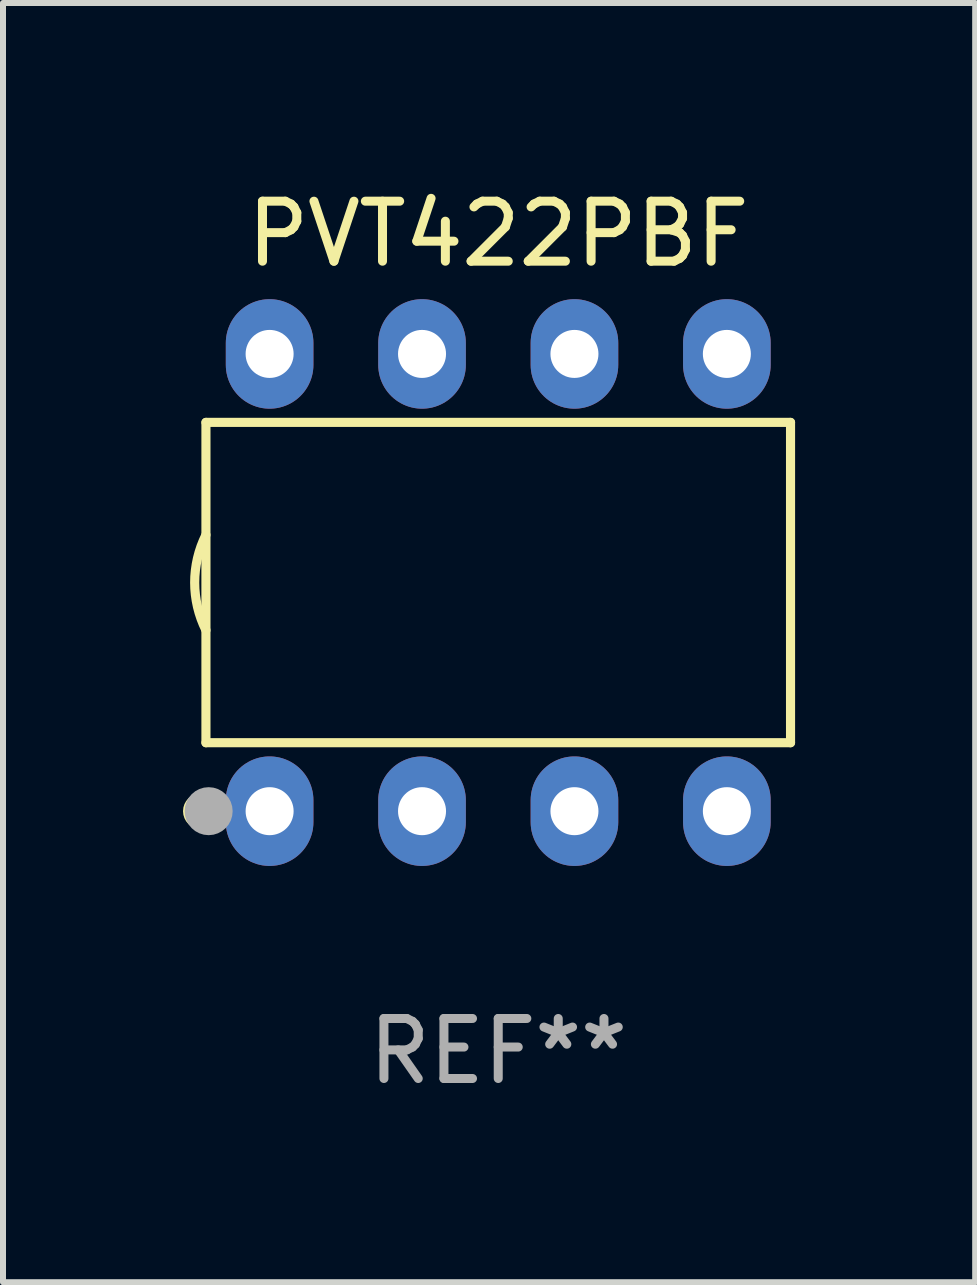
<source format=kicad_pcb>
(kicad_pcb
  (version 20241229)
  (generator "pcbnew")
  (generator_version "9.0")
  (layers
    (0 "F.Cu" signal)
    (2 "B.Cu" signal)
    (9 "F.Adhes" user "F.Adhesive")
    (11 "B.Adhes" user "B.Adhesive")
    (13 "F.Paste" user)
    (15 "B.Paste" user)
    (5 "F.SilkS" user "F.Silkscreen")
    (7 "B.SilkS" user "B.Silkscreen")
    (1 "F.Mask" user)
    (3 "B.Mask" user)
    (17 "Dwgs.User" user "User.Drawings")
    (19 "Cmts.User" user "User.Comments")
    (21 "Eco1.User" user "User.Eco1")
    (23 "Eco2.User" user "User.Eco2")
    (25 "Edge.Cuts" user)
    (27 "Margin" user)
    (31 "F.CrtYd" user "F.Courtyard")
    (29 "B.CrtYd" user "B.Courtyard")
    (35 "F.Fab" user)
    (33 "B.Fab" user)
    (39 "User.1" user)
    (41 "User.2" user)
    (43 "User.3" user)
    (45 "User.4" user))
  (footprint "PVT422PBF"
    (layer "F.Cu")
    (at 5.253 6.658)
    (property "Reference" "PVT422PBF" (at 0 -5.81 0) (layer "F.SilkS") (effects (font (size 1 1) (thickness 0.15))))
    (attr through_hole)
    (fp_line (start -4.871 -2.669) (end 4.871 -2.669) (stroke (width 0.152) (type solid)) (layer "F.SilkS"))
    (fp_line (start -4.871 2.669) (end -4.871 -2.669) (stroke (width 0.152) (type solid)) (layer "F.SilkS"))
    (fp_line (start 4.871 -2.669) (end 4.871 2.669) (stroke (width 0.152) (type solid)) (layer "F.SilkS"))
    (fp_line (start 4.871 2.669) (end -4.871 2.669) (stroke (width 0.152) (type solid)) (layer "F.SilkS"))
    (fp_arc (start -4.871222 0.793751) (mid -5.058601 0) (end -4.871222 -0.793752) (stroke (width 0.1524) (type solid)) (layer "F.SilkS"))
    (fp_circle (center -4.953 3.81) (end -4.803 3.81) (stroke (width 0.3) (type solid)) (fill no) (layer "F.SilkS"))
    (fp_circle (center -4.795 3.935) (end -4.765 3.935) (stroke (width 0.06) (type solid)) (fill no) (layer "F.SilkS"))
    (fp_circle (center -4.826 3.81) (end -4.626 3.81) (stroke (width 0.4) (type solid)) (fill no) (layer "F.Fab"))
    (fp_text user "REF**" (at 0 7.81 0) (layer "F.Fab") (effects (font (size 1 1) (thickness 0.15))))
    (pad "1" thru_hole oval (at -3.81 3.81) (size 1.46 1.825) (drill 0.8) (layers "*.Cu" "*.Mask"))
    (pad "2" thru_hole oval (at -1.27 3.81) (size 1.46 1.825) (drill 0.8) (layers "*.Cu" "*.Mask"))
    (pad "3" thru_hole oval (at 1.27 3.81) (size 1.46 1.825) (drill 0.8) (layers "*.Cu" "*.Mask"))
    (pad "4" thru_hole oval (at 3.81 3.81) (size 1.46 1.825) (drill 0.8) (layers "*.Cu" "*.Mask"))
    (pad "5" thru_hole oval (at 3.81 -3.81) (size 1.46 1.825) (drill 0.8) (layers "*.Cu" "*.Mask"))
    (pad "6" thru_hole oval (at 1.27 -3.81) (size 1.46 1.825) (drill 0.8) (layers "*.Cu" "*.Mask"))
    (pad "7" thru_hole oval (at -1.27 -3.81) (size 1.46 1.825) (drill 0.8) (layers "*.Cu" "*.Mask"))
    (pad "8" thru_hole oval (at -3.81 -3.81) (size 1.46 1.825) (drill 0.8) (layers "*.Cu" "*.Mask")))
  (gr_rect
    (start -3 -3)
    (end 13.201 18.317)
    (stroke (width 0.1) (type default))
    (fill no)
    (layer "Edge.Cuts")))
</source>
